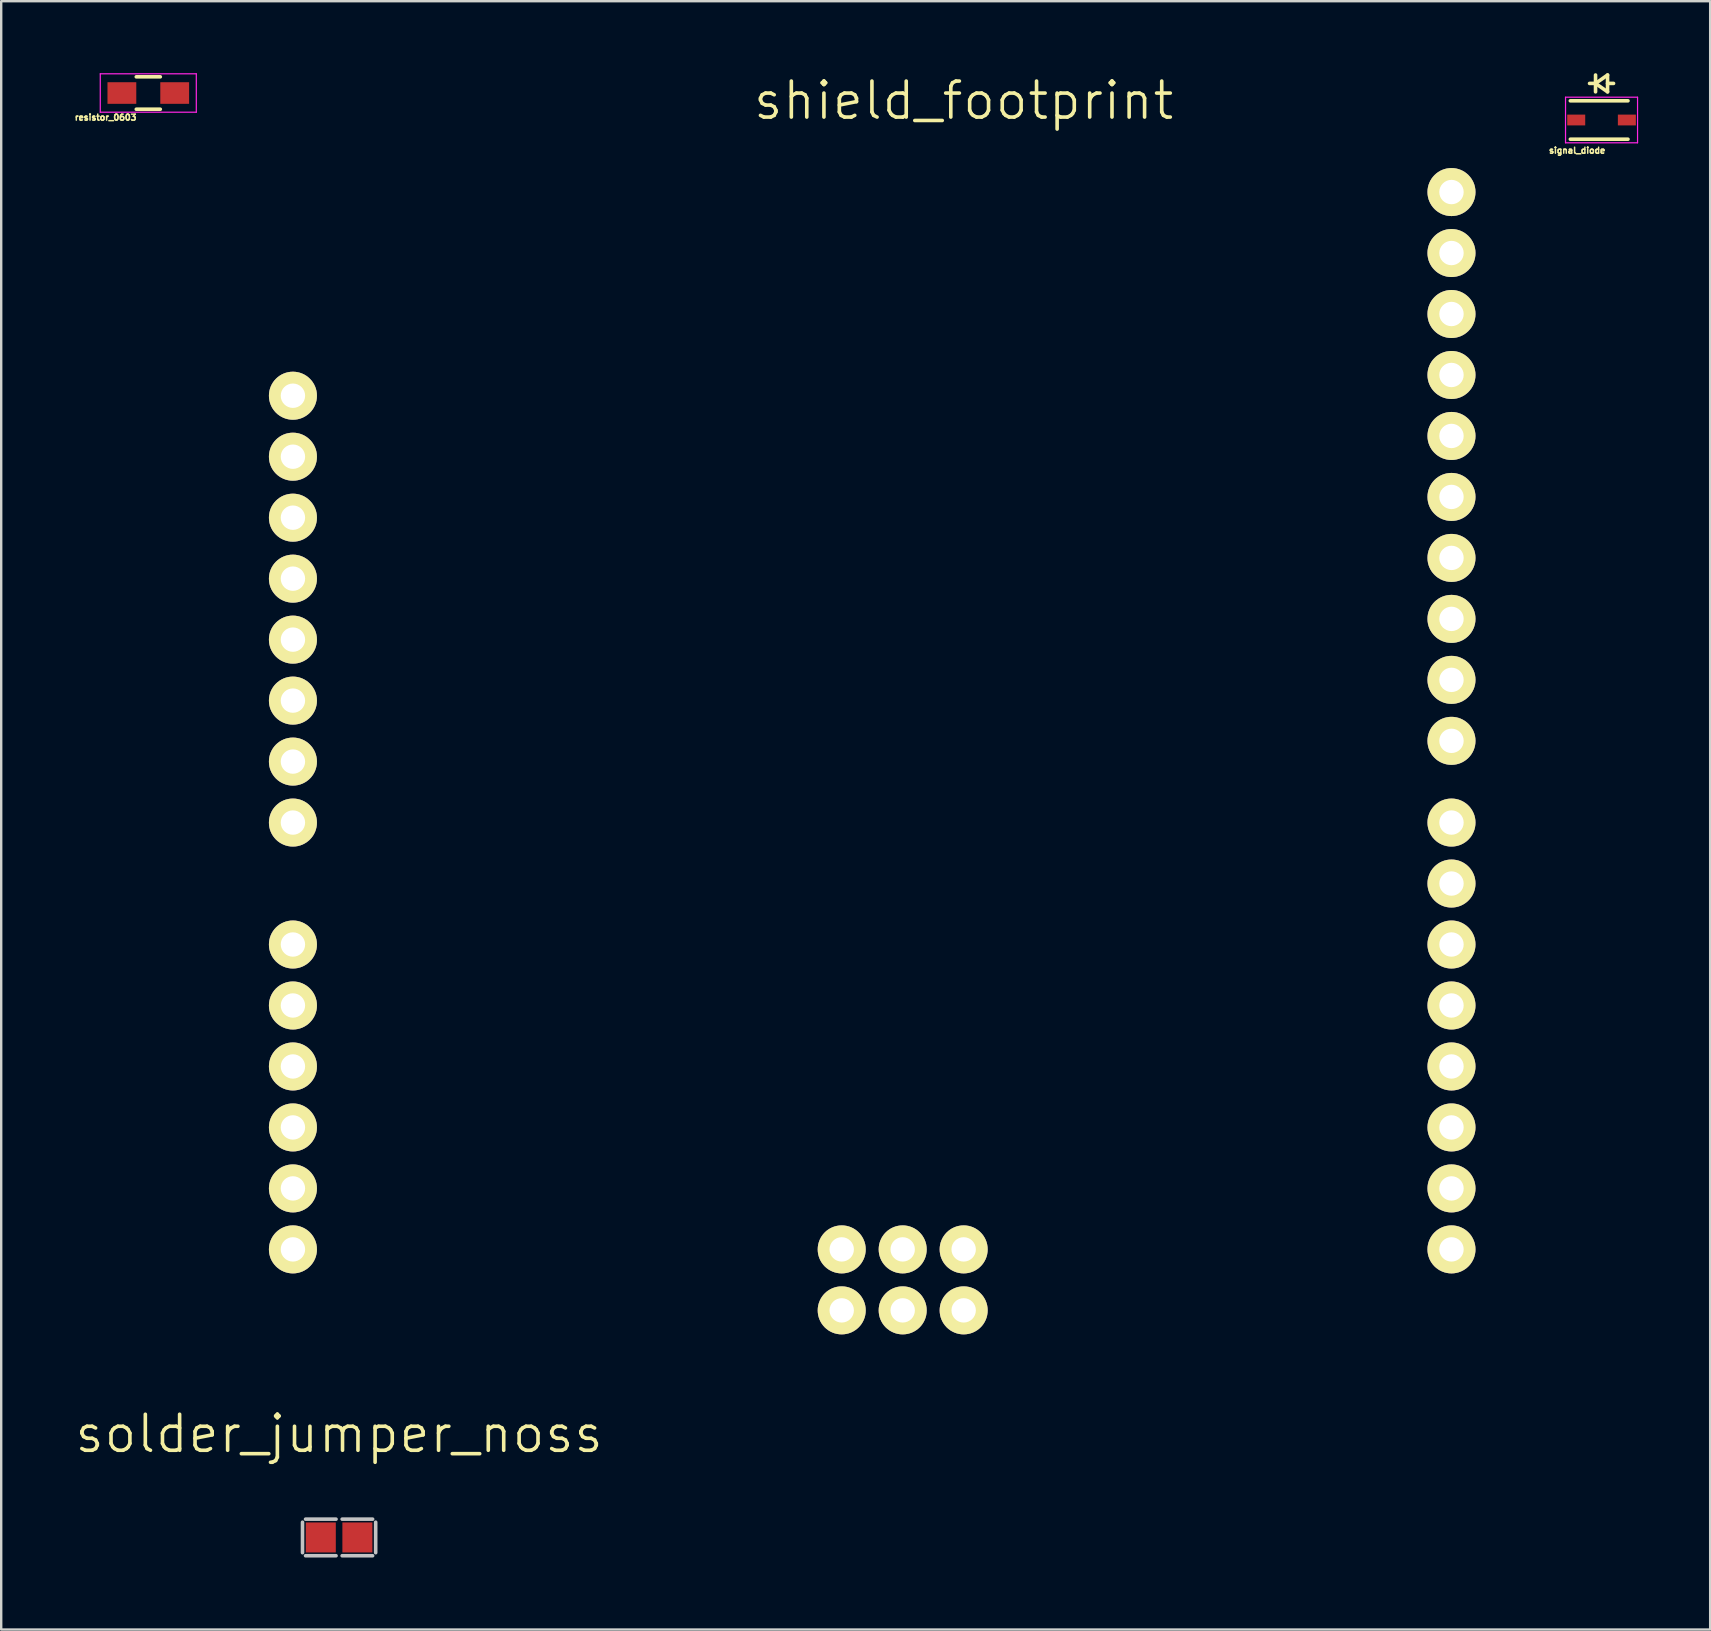
<source format=kicad_pcb>
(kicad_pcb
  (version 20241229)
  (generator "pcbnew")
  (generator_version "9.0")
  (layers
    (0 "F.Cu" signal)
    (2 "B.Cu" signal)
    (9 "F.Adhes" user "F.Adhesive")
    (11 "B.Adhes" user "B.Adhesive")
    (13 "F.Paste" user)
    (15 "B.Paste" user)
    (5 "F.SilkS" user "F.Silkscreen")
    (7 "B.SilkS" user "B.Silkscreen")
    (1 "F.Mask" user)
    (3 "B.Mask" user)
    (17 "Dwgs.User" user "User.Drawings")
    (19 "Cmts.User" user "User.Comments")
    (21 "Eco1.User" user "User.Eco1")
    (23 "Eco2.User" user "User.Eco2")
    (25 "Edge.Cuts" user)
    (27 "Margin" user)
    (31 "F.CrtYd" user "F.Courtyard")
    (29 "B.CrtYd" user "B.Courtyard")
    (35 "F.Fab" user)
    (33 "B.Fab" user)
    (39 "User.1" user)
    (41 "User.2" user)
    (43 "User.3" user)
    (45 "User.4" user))
  (footprint "solder_jumper_noss"
    (layer "F.Cu")
    (at 11.075 60.993)
    (property "Reference" "solder_jumper_noss" (at 0 -4.318 0) (layer "F.SilkS") (effects (font (size 1.5 1.5) (thickness 0.15))))
    (attr through_hole)
    (fp_line (start -1.524 0.635) (end -1.524 -0.635) (stroke (width 0.15) (type solid)) (layer "Dwgs.User"))
    (fp_line (start -1.397 -0.762) (end -0.127 -0.762) (stroke (width 0.15) (type solid)) (layer "Dwgs.User"))
    (fp_line (start -0.127 0.762) (end -1.397 0.762) (stroke (width 0.15) (type solid)) (layer "Dwgs.User"))
    (fp_line (start 0.127 0.762) (end 1.397 0.762) (stroke (width 0.15) (type solid)) (layer "Dwgs.User"))
    (fp_line (start 1.397 -0.762) (end 0.127 -0.762) (stroke (width 0.15) (type solid)) (layer "Dwgs.User"))
    (fp_line (start 1.524 -0.635) (end 1.524 0.635) (stroke (width 0.15) (type solid)) (layer "Dwgs.User"))
    (pad "1" smd rect (at 0.762 0) (size 1.25 1.25) (layers "F.Cu" "F.Mask" "F.Paste"))
    (pad "2" smd rect (at -0.762 0) (size 1.25 1.25) (layers "F.Cu" "F.Mask" "F.Paste")))
  (footprint "signal_diode"
    (layer "F.Cu")
    (at 63.663 1.949)
    (property "Reference" "signal_diode" (at -1.016 1.27 0) (layer "F.SilkS") (effects (font (size 0.25 0.25) (thickness 0.062))))
    (attr smd)
    (fp_line (start -1.3 -0.8) (end 1.1 -0.8) (stroke (width 0.15) (type solid)) (layer "F.SilkS"))
    (fp_line (start -1.3 0.8) (end 1.1 0.8) (stroke (width 0.15) (type solid)) (layer "F.SilkS"))
    (fp_line (start -0.25 -1.874) (end -0.25 -1.174) (stroke (width 0.15) (type solid)) (layer "F.SilkS"))
    (fp_line (start -0.25 -1.524) (end -0.5 -1.524) (stroke (width 0.15) (type solid)) (layer "F.SilkS"))
    (fp_line (start -0.25 -1.524) (end 0.25 -1.874) (stroke (width 0.15) (type solid)) (layer "F.SilkS"))
    (fp_line (start 0.25 -1.874) (end 0.25 -1.174) (stroke (width 0.15) (type solid)) (layer "F.SilkS"))
    (fp_line (start 0.25 -1.524) (end 0.5 -1.524) (stroke (width 0.15) (type solid)) (layer "F.SilkS"))
    (fp_line (start 0.25 -1.174) (end -0.25 -1.524) (stroke (width 0.15) (type solid)) (layer "F.SilkS"))
    (fp_line (start -1.5 -0.95) (end -1.5 0.95) (stroke (width 0.05) (type solid)) (layer "F.CrtYd"))
    (fp_line (start -1.5 -0.95) (end 1.5 -0.95) (stroke (width 0.05) (type solid)) (layer "F.CrtYd"))
    (fp_line (start -1.5 0.95) (end 1.5 0.95) (stroke (width 0.05) (type solid)) (layer "F.CrtYd"))
    (fp_line (start 1.5 -0.95) (end 1.5 0.95) (stroke (width 0.05) (type solid)) (layer "F.CrtYd"))
    (pad "1" smd rect (at -1.055 0) (size 0.75 0.45) (layers "F.Cu" "F.Mask" "F.Paste"))
    (pad "2" smd rect (at 1.055 0) (size 0.75 0.45) (layers "F.Cu" "F.Mask" "F.Paste")))
  (footprint "resistor_0603"
    (layer "F.Cu")
    (at 3.127 0.825)
    (property "Reference" "resistor_0603" (at -1.778 1.016 0) (layer "F.SilkS") (effects (font (size 0.25 0.25) (thickness 0.062))))
    (attr smd)
    (fp_line (start -0.5 -0.675) (end 0.5 -0.675) (stroke (width 0.15) (type solid)) (layer "F.SilkS"))
    (fp_line (start 0.5 0.675) (end -0.5 0.675) (stroke (width 0.15) (type solid)) (layer "F.SilkS"))
    (fp_line (start -2 -0.8) (end -2 0.8) (stroke (width 0.05) (type solid)) (layer "F.CrtYd"))
    (fp_line (start -2 -0.8) (end 2 -0.8) (stroke (width 0.05) (type solid)) (layer "F.CrtYd"))
    (fp_line (start -2 0.8) (end 2 0.8) (stroke (width 0.05) (type solid)) (layer "F.CrtYd"))
    (fp_line (start 2 -0.8) (end 2 0.8) (stroke (width 0.05) (type solid)) (layer "F.CrtYd"))
    (pad "1" smd rect (at -1.1 0) (size 1.2 0.9) (layers "F.Cu" "F.Mask" "F.Paste"))
    (pad "2" smd rect (at 1.1 0) (size 1.2 0.9) (layers "F.Cu" "F.Mask" "F.Paste")))
  (footprint "shield_footprint"
    (layer "F.Cu")
    (at 9.152 13.434)
    (property "Reference" "shield_footprint" (at 27.94 -12.294 0) (layer "F.SilkS") (effects (font (size 1.5 1.5) (thickness 0.15))))
    (attr through_hole)
    (pad "1" thru_hole circle (at 0 0) (size 2 2) (drill 1.016) (layers "*.Cu" "*.Mask" "F.SilkS"))
    (pad "2" thru_hole circle (at 0 2.54) (size 2 2) (drill 1.016) (layers "*.Cu" "*.Mask" "F.SilkS"))
    (pad "3" thru_hole circle (at 0 5.08) (size 2 2) (drill 1.016) (layers "*.Cu" "*.Mask" "F.SilkS"))
    (pad "4" thru_hole circle (at 0 7.62) (size 2 2) (drill 1.016) (layers "*.Cu" "*.Mask" "F.SilkS"))
    (pad "5" thru_hole circle (at 0 10.16) (size 2 2) (drill 1.016) (layers "*.Cu" "*.Mask" "F.SilkS"))
    (pad "6" thru_hole circle (at 0 12.7) (size 2 2) (drill 1.016) (layers "*.Cu" "*.Mask" "F.SilkS"))
    (pad "7" thru_hole circle (at 0 15.24) (size 2 2) (drill 1.016) (layers "*.Cu" "*.Mask" "F.SilkS"))
    (pad "8" thru_hole circle (at 0 17.78) (size 2 2) (drill 1.016) (layers "*.Cu" "*.Mask" "F.SilkS"))
    (pad "9" thru_hole circle (at 0 22.86) (size 2 2) (drill 1.016) (layers "*.Cu" "*.Mask" "F.SilkS"))
    (pad "10" thru_hole circle (at 0 25.4) (size 2 2) (drill 1.016) (layers "*.Cu" "*.Mask" "F.SilkS"))
    (pad "11" thru_hole circle (at 0 27.94) (size 2 2) (drill 1.016) (layers "*.Cu" "*.Mask" "F.SilkS"))
    (pad "12" thru_hole circle (at 0 30.48) (size 2 2) (drill 1.016) (layers "*.Cu" "*.Mask" "F.SilkS"))
    (pad "13" thru_hole circle (at 0 33.02) (size 2 2) (drill 1.016) (layers "*.Cu" "*.Mask" "F.SilkS"))
    (pad "14" thru_hole circle (at 0 35.56) (size 2 2) (drill 1.016) (layers "*.Cu" "*.Mask" "F.SilkS"))
    (pad "15" thru_hole circle (at 48.26 -8.484) (size 2 2) (drill 1.016) (layers "*.Cu" "*.Mask" "F.SilkS"))
    (pad "16" thru_hole circle (at 48.26 -5.944) (size 2 2) (drill 1.016) (layers "*.Cu" "*.Mask" "F.SilkS"))
    (pad "17" thru_hole circle (at 48.26 -3.404) (size 2 2) (drill 1.016) (layers "*.Cu" "*.Mask" "F.SilkS"))
    (pad "18" thru_hole circle (at 48.26 -0.864) (size 2 2) (drill 1.016) (layers "*.Cu" "*.Mask" "F.SilkS"))
    (pad "19" thru_hole circle (at 48.26 1.676) (size 2 2) (drill 1.016) (layers "*.Cu" "*.Mask" "F.SilkS"))
    (pad "20" thru_hole circle (at 48.26 4.216) (size 2 2) (drill 1.016) (layers "*.Cu" "*.Mask" "F.SilkS"))
    (pad "21" thru_hole circle (at 48.26 6.756) (size 2 2) (drill 1.016) (layers "*.Cu" "*.Mask" "F.SilkS"))
    (pad "22" thru_hole circle (at 48.26 9.296) (size 2 2) (drill 1.016) (layers "*.Cu" "*.Mask" "F.SilkS"))
    (pad "23" thru_hole circle (at 48.26 11.836) (size 2 2) (drill 1.016) (layers "*.Cu" "*.Mask" "F.SilkS"))
    (pad "24" thru_hole circle (at 48.26 14.376) (size 2 2) (drill 1.016) (layers "*.Cu" "*.Mask" "F.SilkS"))
    (pad "25" thru_hole circle (at 48.26 17.78) (size 2 2) (drill 1.016) (layers "*.Cu" "*.Mask" "F.SilkS"))
    (pad "26" thru_hole circle (at 48.26 20.32) (size 2 2) (drill 1.016) (layers "*.Cu" "*.Mask" "F.SilkS"))
    (pad "27" thru_hole circle (at 48.26 22.86) (size 2 2) (drill 1.016) (layers "*.Cu" "*.Mask" "F.SilkS"))
    (pad "28" thru_hole circle (at 48.26 25.4) (size 2 2) (drill 1.016) (layers "*.Cu" "*.Mask" "F.SilkS"))
    (pad "29" thru_hole circle (at 48.26 27.94) (size 2 2) (drill 1.016) (layers "*.Cu" "*.Mask" "F.SilkS"))
    (pad "30" thru_hole circle (at 48.26 30.48) (size 2 2) (drill 1.016) (layers "*.Cu" "*.Mask" "F.SilkS"))
    (pad "31" thru_hole circle (at 48.26 33.02) (size 2 2) (drill 1.016) (layers "*.Cu" "*.Mask" "F.SilkS"))
    (pad "32" thru_hole circle (at 48.26 35.56) (size 2 2) (drill 1.016) (layers "*.Cu" "*.Mask" "F.SilkS"))
    (pad "33" thru_hole circle (at 22.86 35.56) (size 2 2) (drill 1.016) (layers "*.Cu" "*.Mask" "F.SilkS"))
    (pad "34" thru_hole circle (at 25.4 35.56) (size 2 2) (drill 1.016) (layers "*.Cu" "*.Mask" "F.SilkS"))
    (pad "35" thru_hole circle (at 27.94 35.56) (size 2 2) (drill 1.016) (layers "*.Cu" "*.Mask" "F.SilkS"))
    (pad "36" thru_hole circle (at 27.94 38.1) (size 2 2) (drill 1.016) (layers "*.Cu" "*.Mask" "F.SilkS"))
    (pad "37" thru_hole circle (at 25.4 38.1) (size 2 2) (drill 1.016) (layers "*.Cu" "*.Mask" "F.SilkS"))
    (pad "38" thru_hole circle (at 22.86 38.1) (size 2 2) (drill 1.016) (layers "*.Cu" "*.Mask" "F.SilkS")))
  (gr_rect
    (start -3 -3)
    (end 68.188 64.83)
    (stroke (width 0.1) (type default))
    (fill no)
    (layer "Edge.Cuts")))
</source>
